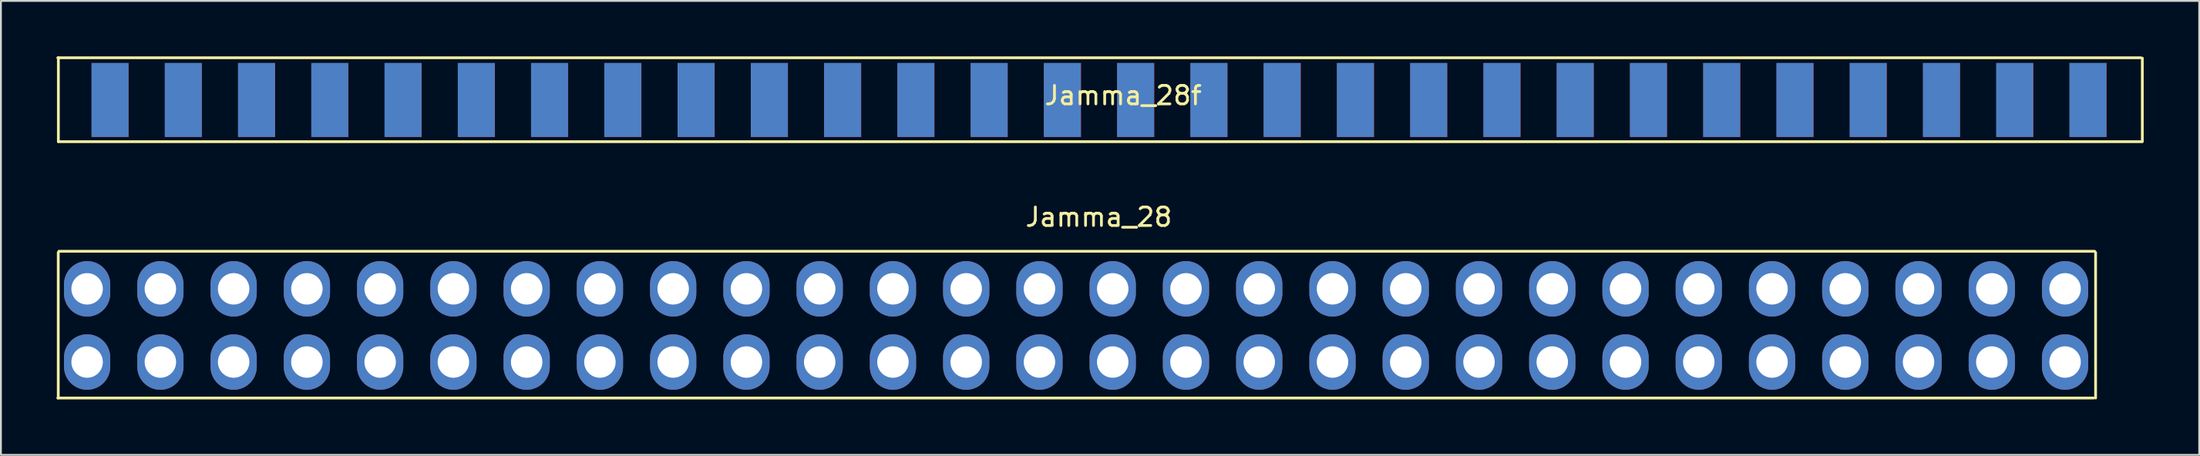
<source format=kicad_pcb>
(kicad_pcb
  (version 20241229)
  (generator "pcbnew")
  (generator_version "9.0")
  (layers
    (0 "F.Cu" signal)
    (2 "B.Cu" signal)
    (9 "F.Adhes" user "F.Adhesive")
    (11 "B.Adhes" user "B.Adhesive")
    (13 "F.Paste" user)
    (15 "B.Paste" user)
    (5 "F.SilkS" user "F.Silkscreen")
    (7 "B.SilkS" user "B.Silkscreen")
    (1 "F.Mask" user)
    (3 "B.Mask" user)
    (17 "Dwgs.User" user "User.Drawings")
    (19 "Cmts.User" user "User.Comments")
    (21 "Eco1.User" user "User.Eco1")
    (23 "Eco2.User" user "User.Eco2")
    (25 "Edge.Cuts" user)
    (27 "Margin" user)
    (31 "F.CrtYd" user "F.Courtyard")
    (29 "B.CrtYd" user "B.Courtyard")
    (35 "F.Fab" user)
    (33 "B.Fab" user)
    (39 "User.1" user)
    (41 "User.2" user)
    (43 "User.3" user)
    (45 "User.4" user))
  (footprint "Jamma_28"
    (layer "F.Cu")
    (at 2.675 10.543)
    (property "Reference" "Jamma_28" (at 53.67 -1.85 0) (layer "F.SilkS") (effects (font (size 1 1) (thickness 0.15))))
    (attr through_hole)
    (fp_line (start -2.6 7.94) (end 107.44 7.94) (stroke (width 0.15) (type solid)) (layer "F.SilkS"))
    (fp_line (start -2.576 0.064) (end -2.576 7.938) (stroke (width 0.15) (type solid)) (layer "F.SilkS"))
    (fp_line (start -2.54 0) (end 107.5 0) (stroke (width 0.15) (type solid)) (layer "F.SilkS"))
    (fp_line (start 107.554 0.064) (end 107.554 7.938) (stroke (width 0.15) (type solid)) (layer "F.SilkS"))
    (pad "1" thru_hole oval (at -1.016 2.032) (size 2.5 3) (drill 1.7) (layers "*.Cu" "*.Mask"))
    (pad "2" thru_hole oval (at 2.944 2.032) (size 2.5 3) (drill 1.7) (layers "*.Cu" "*.Mask"))
    (pad "3" thru_hole oval (at 6.904 2.032) (size 2.5 3) (drill 1.7) (layers "*.Cu" "*.Mask"))
    (pad "4" thru_hole oval (at 10.864 2.032) (size 2.5 3) (drill 1.7) (layers "*.Cu" "*.Mask"))
    (pad "5" thru_hole oval (at 14.824 2.032) (size 2.5 3) (drill 1.7) (layers "*.Cu" "*.Mask"))
    (pad "6" thru_hole oval (at 18.784 2.032) (size 2.5 3) (drill 1.7) (layers "*.Cu" "*.Mask"))
    (pad "7" thru_hole oval (at 22.744 2.032) (size 2.5 3) (drill 1.7) (layers "*.Cu" "*.Mask"))
    (pad "8" thru_hole oval (at 26.704 2.032) (size 2.5 3) (drill 1.7) (layers "*.Cu" "*.Mask"))
    (pad "9" thru_hole oval (at 30.664 2.032) (size 2.5 3) (drill 1.7) (layers "*.Cu" "*.Mask"))
    (pad "10" thru_hole oval (at 34.624 2.032) (size 2.5 3) (drill 1.7) (layers "*.Cu" "*.Mask"))
    (pad "11" thru_hole oval (at 38.584 2.032) (size 2.5 3) (drill 1.7) (layers "*.Cu" "*.Mask"))
    (pad "12" thru_hole oval (at 42.544 2.032) (size 2.5 3) (drill 1.7) (layers "*.Cu" "*.Mask"))
    (pad "13" thru_hole oval (at 46.504 2.032) (size 2.5 3) (drill 1.7) (layers "*.Cu" "*.Mask"))
    (pad "14" thru_hole oval (at 50.464 2.032) (size 2.5 3) (drill 1.7) (layers "*.Cu" "*.Mask"))
    (pad "15" thru_hole oval (at 54.424 2.032) (size 2.5 3) (drill 1.7) (layers "*.Cu" "*.Mask"))
    (pad "16" thru_hole oval (at 58.384 2.032) (size 2.5 3) (drill 1.7) (layers "*.Cu" "*.Mask"))
    (pad "17" thru_hole oval (at 62.344 2.032) (size 2.5 3) (drill 1.7) (layers "*.Cu" "*.Mask"))
    (pad "18" thru_hole oval (at 66.304 2.032) (size 2.5 3) (drill 1.7) (layers "*.Cu" "*.Mask"))
    (pad "19" thru_hole oval (at 70.264 2.032) (size 2.5 3) (drill 1.7) (layers "*.Cu" "*.Mask"))
    (pad "20" thru_hole oval (at 74.224 2.032) (size 2.5 3) (drill 1.7) (layers "*.Cu" "*.Mask"))
    (pad "21" thru_hole oval (at 78.184 2.032) (size 2.5 3) (drill 1.7) (layers "*.Cu" "*.Mask"))
    (pad "22" thru_hole oval (at 82.144 2.032) (size 2.5 3) (drill 1.7) (layers "*.Cu" "*.Mask"))
    (pad "23" thru_hole oval (at 86.104 2.032) (size 2.5 3) (drill 1.7) (layers "*.Cu" "*.Mask"))
    (pad "24" thru_hole oval (at 90.064 2.032) (size 2.5 3) (drill 1.7) (layers "*.Cu" "*.Mask"))
    (pad "25" thru_hole oval (at 94.024 2.032) (size 2.5 3) (drill 1.7) (layers "*.Cu" "*.Mask"))
    (pad "26" thru_hole oval (at 97.984 2.032) (size 2.5 3) (drill 1.7) (layers "*.Cu" "*.Mask"))
    (pad "27" thru_hole oval (at 101.944 2.032) (size 2.5 3) (drill 1.7) (layers "*.Cu" "*.Mask"))
    (pad "28" thru_hole oval (at 105.904 2.032) (size 2.5 3) (drill 1.7) (layers "*.Cu" "*.Mask"))
    (pad "29" thru_hole oval (at -1.016 5.992) (size 2.5 3) (drill 1.7) (layers "*.Cu" "*.Mask"))
    (pad "30" thru_hole oval (at 2.944 5.992) (size 2.5 3) (drill 1.7) (layers "*.Cu" "*.Mask"))
    (pad "31" thru_hole oval (at 6.904 5.992) (size 2.5 3) (drill 1.7) (layers "*.Cu" "*.Mask"))
    (pad "32" thru_hole oval (at 10.864 5.992) (size 2.5 3) (drill 1.7) (layers "*.Cu" "*.Mask"))
    (pad "33" thru_hole oval (at 14.824 5.992) (size 2.5 3) (drill 1.7) (layers "*.Cu" "*.Mask"))
    (pad "34" thru_hole oval (at 18.784 5.992) (size 2.5 3) (drill 1.7) (layers "*.Cu" "*.Mask"))
    (pad "35" thru_hole oval (at 22.744 5.992) (size 2.5 3) (drill 1.7) (layers "*.Cu" "*.Mask"))
    (pad "36" thru_hole oval (at 26.704 5.992) (size 2.5 3) (drill 1.7) (layers "*.Cu" "*.Mask"))
    (pad "37" thru_hole oval (at 30.664 5.992) (size 2.5 3) (drill 1.7) (layers "*.Cu" "*.Mask"))
    (pad "38" thru_hole oval (at 34.624 5.992) (size 2.5 3) (drill 1.7) (layers "*.Cu" "*.Mask"))
    (pad "39" thru_hole oval (at 38.584 5.992) (size 2.5 3) (drill 1.7) (layers "*.Cu" "*.Mask"))
    (pad "40" thru_hole oval (at 42.544 5.992) (size 2.5 3) (drill 1.7) (layers "*.Cu" "*.Mask"))
    (pad "41" thru_hole oval (at 46.504 5.992) (size 2.5 3) (drill 1.7) (layers "*.Cu" "*.Mask"))
    (pad "42" thru_hole oval (at 50.464 5.992) (size 2.5 3) (drill 1.7) (layers "*.Cu" "*.Mask"))
    (pad "43" thru_hole oval (at 54.424 5.992) (size 2.5 3) (drill 1.7) (layers "*.Cu" "*.Mask"))
    (pad "44" thru_hole oval (at 58.384 5.992) (size 2.5 3) (drill 1.7) (layers "*.Cu" "*.Mask"))
    (pad "45" thru_hole oval (at 62.344 5.992) (size 2.5 3) (drill 1.7) (layers "*.Cu" "*.Mask"))
    (pad "46" thru_hole oval (at 66.304 5.992) (size 2.5 3) (drill 1.7) (layers "*.Cu" "*.Mask"))
    (pad "47" thru_hole oval (at 70.264 5.992) (size 2.5 3) (drill 1.7) (layers "*.Cu" "*.Mask"))
    (pad "48" thru_hole oval (at 74.224 5.992) (size 2.5 3) (drill 1.7) (layers "*.Cu" "*.Mask"))
    (pad "49" thru_hole oval (at 78.184 5.992) (size 2.5 3) (drill 1.7) (layers "*.Cu" "*.Mask"))
    (pad "50" thru_hole oval (at 82.144 5.992) (size 2.5 3) (drill 1.7) (layers "*.Cu" "*.Mask"))
    (pad "51" thru_hole oval (at 86.104 5.992) (size 2.5 3) (drill 1.7) (layers "*.Cu" "*.Mask"))
    (pad "52" thru_hole oval (at 90.064 5.992) (size 2.5 3) (drill 1.7) (layers "*.Cu" "*.Mask"))
    (pad "53" thru_hole oval (at 94.024 5.992) (size 2.5 3) (drill 1.7) (layers "*.Cu" "*.Mask"))
    (pad "54" thru_hole oval (at 97.984 5.992) (size 2.5 3) (drill 1.7) (layers "*.Cu" "*.Mask"))
    (pad "55" thru_hole oval (at 101.944 5.992) (size 2.5 3) (drill 1.7) (layers "*.Cu" "*.Mask"))
    (pad "56" thru_hole oval (at 105.904 5.992) (size 2.5 3) (drill 1.7) (layers "*.Cu" "*.Mask")))
  (footprint "Jamma_28f"
    (layer "F.Cu")
    (at 3.925 4.595)
    (property "Reference" "Jamma_28f" (at 53.74 -2.48 0) (layer "F.SilkS") (effects (font (size 1 1) (thickness 0.15))))
    (attr through_hole)
    (fp_line (start -3.82 -4.52) (end -3.82 0.01) (stroke (width 0.15) (type solid)) (layer "F.SilkS"))
    (fp_line (start 108.75 -4.52) (end -3.85 -4.52) (stroke (width 0.15) (type solid)) (layer "F.SilkS"))
    (fp_line (start 108.78 0.02) (end -3.82 0.02) (stroke (width 0.15) (type solid)) (layer "F.SilkS"))
    (fp_line (start 108.83 -4.5) (end 108.83 0.02) (stroke (width 0.15) (type solid)) (layer "F.SilkS"))
    (pad "1" connect rect (at -1.02 -2.23) (size 2 4) (layers "F.Cu" "F.Mask"))
    (pad "2" connect rect (at 2.94 -2.23) (size 2 4) (layers "F.Cu" "F.Mask"))
    (pad "3" connect rect (at 6.9 -2.23) (size 2 4) (layers "F.Cu" "F.Mask"))
    (pad "4" connect rect (at 10.86 -2.23) (size 2 4) (layers "F.Cu" "F.Mask"))
    (pad "5" connect rect (at 14.82 -2.23) (size 2 4) (layers "F.Cu" "F.Mask"))
    (pad "6" connect rect (at 18.78 -2.23) (size 2 4) (layers "F.Cu" "F.Mask"))
    (pad "7" connect rect (at 22.74 -2.23) (size 2 4) (layers "F.Cu" "F.Mask"))
    (pad "8" connect rect (at 26.7 -2.23) (size 2 4) (layers "F.Cu" "F.Mask"))
    (pad "9" connect rect (at 30.66 -2.23) (size 2 4) (layers "F.Cu" "F.Mask"))
    (pad "10" connect rect (at 34.62 -2.23) (size 2 4) (layers "F.Cu" "F.Mask"))
    (pad "11" connect rect (at 38.58 -2.23) (size 2 4) (layers "F.Cu" "F.Mask"))
    (pad "12" connect rect (at 42.54 -2.23) (size 2 4) (layers "F.Cu" "F.Mask"))
    (pad "13" connect rect (at 46.5 -2.23) (size 2 4) (layers "F.Cu" "F.Mask"))
    (pad "14" connect rect (at 50.46 -2.23) (size 2 4) (layers "F.Cu" "F.Mask"))
    (pad "15" connect rect (at 54.42 -2.23) (size 2 4) (layers "F.Cu" "F.Mask"))
    (pad "16" connect rect (at 58.38 -2.23) (size 2 4) (layers "F.Cu" "F.Mask"))
    (pad "17" connect rect (at 62.34 -2.23) (size 2 4) (layers "F.Cu" "F.Mask"))
    (pad "18" connect rect (at 66.3 -2.23) (size 2 4) (layers "F.Cu" "F.Mask"))
    (pad "19" connect rect (at 70.26 -2.23) (size 2 4) (layers "F.Cu" "F.Mask"))
    (pad "20" connect rect (at 74.22 -2.23) (size 2 4) (layers "F.Cu" "F.Mask"))
    (pad "21" connect rect (at 78.18 -2.23) (size 2 4) (layers "F.Cu" "F.Mask"))
    (pad "22" connect rect (at 82.14 -2.23) (size 2 4) (layers "F.Cu" "F.Mask"))
    (pad "23" connect rect (at 86.1 -2.23) (size 2 4) (layers "F.Cu" "F.Mask"))
    (pad "24" connect rect (at 90.06 -2.23) (size 2 4) (layers "F.Cu" "F.Mask"))
    (pad "25" connect rect (at 94.02 -2.23) (size 2 4) (layers "F.Cu" "F.Mask"))
    (pad "26" connect rect (at 97.98 -2.23) (size 2 4) (layers "F.Cu" "F.Mask"))
    (pad "27" connect rect (at 101.94 -2.23) (size 2 4) (layers "F.Cu" "F.Mask"))
    (pad "28" connect rect (at 105.9 -2.23) (size 2 4) (layers "F.Cu" "F.Mask"))
    (pad "29" connect rect (at -1.03 -2.24) (size 2 4) (layers "B.Cu" "B.Mask"))
    (pad "30" connect rect (at 2.93 -2.24) (size 2 4) (layers "B.Cu" "B.Mask"))
    (pad "31" connect rect (at 6.89 -2.24) (size 2 4) (layers "B.Cu" "B.Mask"))
    (pad "32" connect rect (at 10.85 -2.24) (size 2 4) (layers "B.Cu" "B.Mask"))
    (pad "33" connect rect (at 14.81 -2.24) (size 2 4) (layers "B.Cu" "B.Mask"))
    (pad "34" connect rect (at 18.77 -2.24) (size 2 4) (layers "B.Cu" "B.Mask"))
    (pad "35" connect rect (at 22.73 -2.24) (size 2 4) (layers "B.Cu" "B.Mask"))
    (pad "36" connect rect (at 26.69 -2.24) (size 2 4) (layers "B.Cu" "B.Mask"))
    (pad "37" connect rect (at 30.65 -2.24) (size 2 4) (layers "B.Cu" "B.Mask"))
    (pad "38" connect rect (at 34.61 -2.24) (size 2 4) (layers "B.Cu" "B.Mask"))
    (pad "39" connect rect (at 38.57 -2.24) (size 2 4) (layers "B.Cu" "B.Mask"))
    (pad "40" connect rect (at 42.53 -2.24) (size 2 4) (layers "B.Cu" "B.Mask"))
    (pad "41" connect rect (at 46.49 -2.24) (size 2 4) (layers "B.Cu" "B.Mask"))
    (pad "42" connect rect (at 50.45 -2.24) (size 2 4) (layers "B.Cu" "B.Mask"))
    (pad "43" connect rect (at 54.41 -2.24) (size 2 4) (layers "B.Cu" "B.Mask"))
    (pad "44" connect rect (at 58.37 -2.24) (size 2 4) (layers "B.Cu" "B.Mask"))
    (pad "45" connect rect (at 62.33 -2.24) (size 2 4) (layers "B.Cu" "B.Mask"))
    (pad "46" connect rect (at 66.29 -2.24) (size 2 4) (layers "B.Cu" "B.Mask"))
    (pad "47" connect rect (at 70.25 -2.24) (size 2 4) (layers "B.Cu" "B.Mask"))
    (pad "48" connect rect (at 74.21 -2.24) (size 2 4) (layers "B.Cu" "B.Mask"))
    (pad "49" connect rect (at 78.17 -2.24) (size 2 4) (layers "B.Cu" "B.Mask"))
    (pad "50" connect rect (at 82.13 -2.24) (size 2 4) (layers "B.Cu" "B.Mask"))
    (pad "51" connect rect (at 86.09 -2.24) (size 2 4) (layers "B.Cu" "B.Mask"))
    (pad "52" connect rect (at 90.05 -2.24) (size 2 4) (layers "B.Cu" "B.Mask"))
    (pad "53" connect rect (at 94.01 -2.24) (size 2 4) (layers "B.Cu" "B.Mask"))
    (pad "54" connect rect (at 97.97 -2.24) (size 2 4) (layers "B.Cu" "B.Mask"))
    (pad "55" connect rect (at 101.93 -2.24) (size 2 4) (layers "B.Cu" "B.Mask"))
    (pad "56" connect rect (at 105.89 -2.24) (size 2 4) (layers "B.Cu" "B.Mask")))
  (gr_rect
    (start -3 -3)
    (end 115.83 21.558)
    (stroke (width 0.1) (type default))
    (fill no)
    (layer "Edge.Cuts")))
</source>
